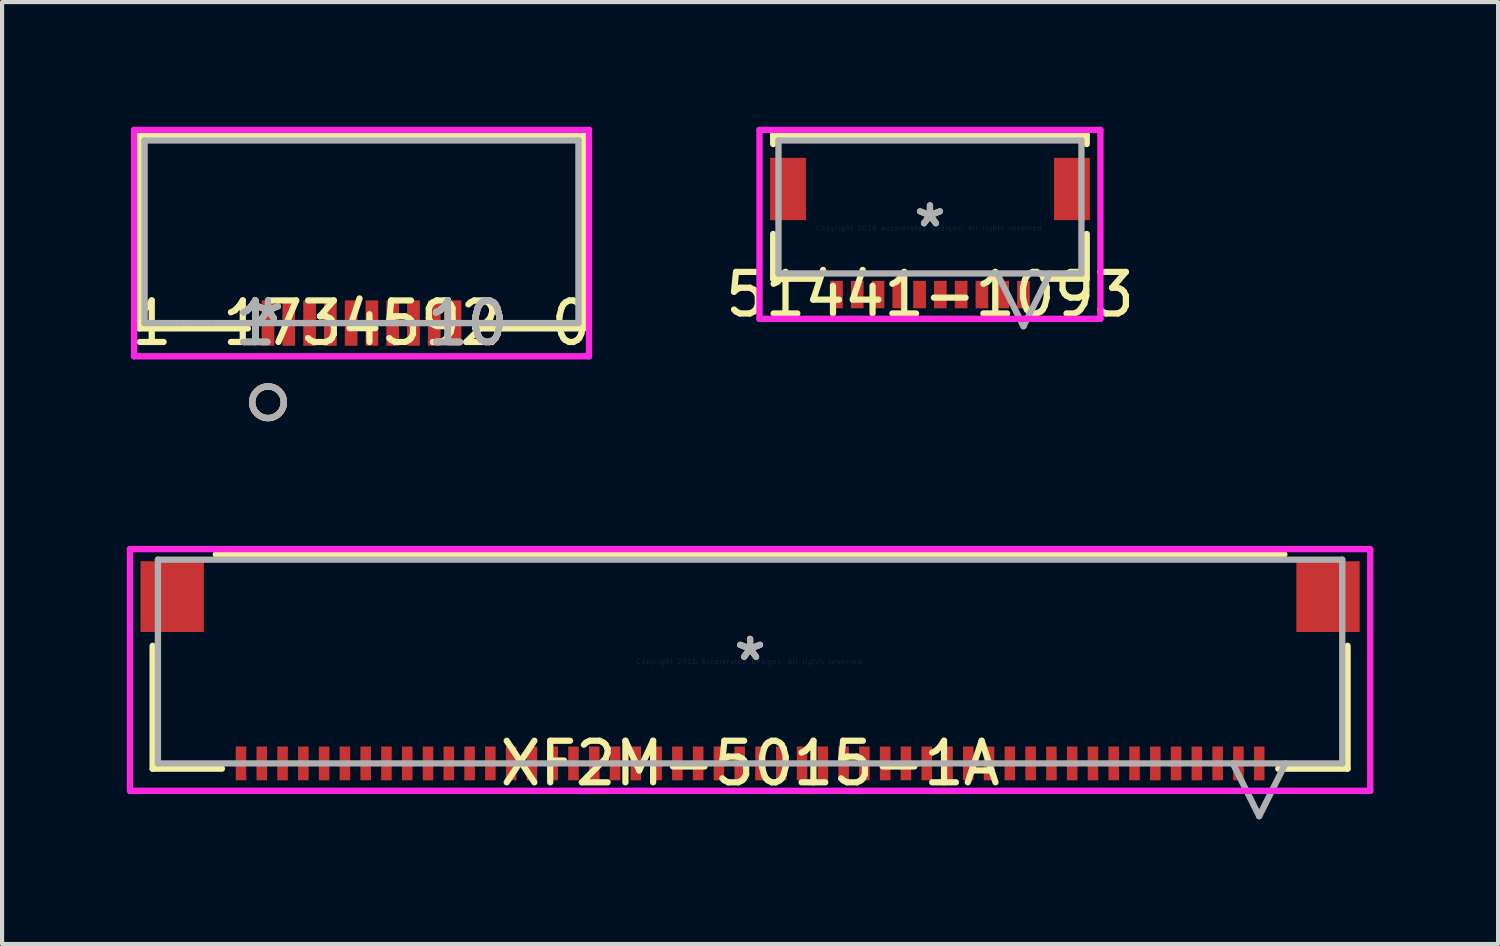
<source format=kicad_pcb>
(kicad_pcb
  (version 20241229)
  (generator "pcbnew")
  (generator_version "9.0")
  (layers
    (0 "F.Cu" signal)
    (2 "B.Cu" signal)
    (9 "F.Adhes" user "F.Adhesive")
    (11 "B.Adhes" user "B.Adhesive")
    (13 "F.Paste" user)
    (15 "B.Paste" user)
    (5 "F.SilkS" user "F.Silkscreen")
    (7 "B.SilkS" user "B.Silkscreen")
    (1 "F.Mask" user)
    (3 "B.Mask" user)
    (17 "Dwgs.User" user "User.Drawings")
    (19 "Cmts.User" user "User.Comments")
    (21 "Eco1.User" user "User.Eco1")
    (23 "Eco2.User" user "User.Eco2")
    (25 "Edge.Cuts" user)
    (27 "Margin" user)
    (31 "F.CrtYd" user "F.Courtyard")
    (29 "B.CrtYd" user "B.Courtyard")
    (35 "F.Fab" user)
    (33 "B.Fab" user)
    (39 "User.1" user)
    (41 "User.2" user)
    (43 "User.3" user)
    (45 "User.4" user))
  (footprint "51441-1093"
    (layer "F.Cu")
    (at 19.327 2.438)
    (property "Reference" "51441-1093" (at 0 1.6 0) (layer "F.SilkS") (effects (font (size 1 1) (thickness 0.15))))
    (attr through_hole)
    (fp_line (start -3.772 -2.235) (end -3.772 -2.022) (stroke (width 0.152) (type solid)) (layer "F.SilkS"))
    (fp_line (start -3.772 0.142) (end -3.772 1.219) (stroke (width 0.152) (type solid)) (layer "F.SilkS"))
    (fp_line (start -3.772 1.219) (end -2.731 1.219) (stroke (width 0.152) (type solid)) (layer "F.SilkS"))
    (fp_line (start 2.731 1.219) (end 3.772 1.219) (stroke (width 0.152) (type solid)) (layer "F.SilkS"))
    (fp_line (start 3.772 -2.235) (end -3.772 -2.235) (stroke (width 0.152) (type solid)) (layer "F.SilkS"))
    (fp_line (start 3.772 -2.022) (end 3.772 -2.235) (stroke (width 0.152) (type solid)) (layer "F.SilkS"))
    (fp_line (start 3.772 1.219) (end 3.772 0.142) (stroke (width 0.152) (type solid)) (layer "F.SilkS"))
    (fp_line (start -4.102 -2.362) (end -4.102 2.184) (stroke (width 0.152) (type solid)) (layer "F.CrtYd"))
    (fp_line (start -4.102 2.184) (end 4.102 2.184) (stroke (width 0.152) (type solid)) (layer "F.CrtYd"))
    (fp_line (start 4.102 -2.362) (end -4.102 -2.362) (stroke (width 0.152) (type solid)) (layer "F.CrtYd"))
    (fp_line (start 4.102 2.184) (end 4.102 -2.362) (stroke (width 0.152) (type solid)) (layer "F.CrtYd"))
    (fp_line (start -3.645 -2.108) (end -3.645 1.092) (stroke (width 0.152) (type solid)) (layer "F.Fab"))
    (fp_line (start -3.645 1.092) (end 3.645 1.092) (stroke (width 0.152) (type solid)) (layer "F.Fab"))
    (fp_line (start 1.615 1.092) (end 2.25 2.362) (stroke (width 0.152) (type solid)) (layer "F.Fab"))
    (fp_line (start 2.885 1.092) (end 2.25 2.362) (stroke (width 0.152) (type solid)) (layer "F.Fab"))
    (fp_line (start 3.645 -2.108) (end -3.645 -2.108) (stroke (width 0.152) (type solid)) (layer "F.Fab"))
    (fp_line (start 3.645 1.092) (end 3.645 -2.108) (stroke (width 0.152) (type solid)) (layer "F.Fab"))
    (fp_text user "*" (at 0 0 0) (layer "F.SilkS") (effects (font (size 1 1) (thickness 0.15))))
    (fp_text user "Copyright 2016 Accelerated Designs. All rights reserved." (at 0 0 0) (layer "Cmts.User") (effects (font (size 0.127 0.127) (thickness 0.002))))
    (fp_text user "*" (at 0 0 0) (layer "F.Fab") (effects (font (size 1 1) (thickness 0.15))))
    (pad "1" smd rect (at 2.25 1.6) (size 0.305 0.66) (layers "F.Cu" "F.Mask" "F.Paste"))
    (pad "2" smd rect (at 1.75 1.6) (size 0.305 0.66) (layers "F.Cu" "F.Mask" "F.Paste"))
    (pad "3" smd rect (at 1.25 1.6) (size 0.305 0.66) (layers "F.Cu" "F.Mask" "F.Paste"))
    (pad "4" smd rect (at 0.75 1.6) (size 0.305 0.66) (layers "F.Cu" "F.Mask" "F.Paste"))
    (pad "5" smd rect (at 0.25 1.6) (size 0.305 0.66) (layers "F.Cu" "F.Mask" "F.Paste"))
    (pad "6" smd rect (at -0.25 1.6) (size 0.305 0.66) (layers "F.Cu" "F.Mask" "F.Paste"))
    (pad "7" smd rect (at -0.75 1.6) (size 0.305 0.66) (layers "F.Cu" "F.Mask" "F.Paste"))
    (pad "8" smd rect (at -1.25 1.6) (size 0.305 0.66) (layers "F.Cu" "F.Mask" "F.Paste"))
    (pad "9" smd rect (at -1.75 1.6) (size 0.305 0.66) (layers "F.Cu" "F.Mask" "F.Paste"))
    (pad "10" smd rect (at -2.25 1.6) (size 0.305 0.66) (layers "F.Cu" "F.Mask" "F.Paste"))
    (pad "11" smd rect (at -3.416 -0.94) (size 0.864 1.499) (layers "F.Cu" "F.Mask" "F.Paste"))
    (pad "12" smd rect (at 3.416 -0.94) (size 0.864 1.499) (layers "F.Cu" "F.Mask" "F.Paste")))
  (footprint "XF2M-5015-1A"
    (layer "F.Cu")
    (at 14.999 12.868)
    (property "Reference" "XF2M-5015-1A" (at 0 2.451 0) (layer "F.SilkS") (effects (font (size 1 1) (thickness 0.15))))
    (attr through_hole)
    (fp_line (start -14.376 -0.378) (end -14.376 2.578) (stroke (width 0.152) (type solid)) (layer "F.SilkS"))
    (fp_line (start -14.376 2.578) (end -12.71 2.578) (stroke (width 0.152) (type solid)) (layer "F.SilkS"))
    (fp_line (start 12.71 2.578) (end 14.376 2.578) (stroke (width 0.152) (type solid)) (layer "F.SilkS"))
    (fp_line (start 12.856 -2.578) (end -12.856 -2.578) (stroke (width 0.152) (type solid)) (layer "F.SilkS"))
    (fp_line (start 14.376 2.578) (end 14.376 -0.378) (stroke (width 0.152) (type solid)) (layer "F.SilkS"))
    (fp_line (start -14.922 -2.705) (end -14.922 3.111) (stroke (width 0.152) (type solid)) (layer "F.CrtYd"))
    (fp_line (start -14.922 3.111) (end 14.922 3.111) (stroke (width 0.152) (type solid)) (layer "F.CrtYd"))
    (fp_line (start 14.922 -2.705) (end -14.922 -2.705) (stroke (width 0.152) (type solid)) (layer "F.CrtYd"))
    (fp_line (start 14.922 3.111) (end 14.922 -2.705) (stroke (width 0.152) (type solid)) (layer "F.CrtYd"))
    (fp_line (start -14.249 -2.451) (end -14.249 2.451) (stroke (width 0.152) (type solid)) (layer "F.Fab"))
    (fp_line (start -14.249 2.451) (end 14.249 2.451) (stroke (width 0.152) (type solid)) (layer "F.Fab"))
    (fp_line (start 11.615 2.451) (end 12.25 3.721) (stroke (width 0.152) (type solid)) (layer "F.Fab"))
    (fp_line (start 12.885 2.451) (end 12.25 3.721) (stroke (width 0.152) (type solid)) (layer "F.Fab"))
    (fp_line (start 14.249 -2.451) (end -14.249 -2.451) (stroke (width 0.152) (type solid)) (layer "F.Fab"))
    (fp_line (start 14.249 2.451) (end 14.249 -2.451) (stroke (width 0.152) (type solid)) (layer "F.Fab"))
    (fp_text user "*" (at 0 0 0) (layer "F.SilkS") (effects (font (size 1 1) (thickness 0.15))))
    (fp_text user "Copyright 2016 Accelerated Designs. All rights reserved." (at 0 0 0) (layer "Cmts.User") (effects (font (size 0.127 0.127) (thickness 0.002))))
    (fp_text user "*" (at 0 0 0) (layer "F.Fab") (effects (font (size 1 1) (thickness 0.15))))
    (pad "1" smd rect (at 12.25 2.451) (size 0.254 0.813) (layers "F.Cu" "F.Mask" "F.Paste"))
    (pad "2" smd rect (at 11.75 2.451) (size 0.254 0.813) (layers "F.Cu" "F.Mask" "F.Paste"))
    (pad "3" smd rect (at 11.25 2.451) (size 0.254 0.813) (layers "F.Cu" "F.Mask" "F.Paste"))
    (pad "4" smd rect (at 10.75 2.451) (size 0.254 0.813) (layers "F.Cu" "F.Mask" "F.Paste"))
    (pad "5" smd rect (at 10.25 2.451) (size 0.254 0.813) (layers "F.Cu" "F.Mask" "F.Paste"))
    (pad "6" smd rect (at 9.75 2.451) (size 0.254 0.813) (layers "F.Cu" "F.Mask" "F.Paste"))
    (pad "7" smd rect (at 9.25 2.451) (size 0.254 0.813) (layers "F.Cu" "F.Mask" "F.Paste"))
    (pad "8" smd rect (at 8.75 2.451) (size 0.254 0.813) (layers "F.Cu" "F.Mask" "F.Paste"))
    (pad "9" smd rect (at 8.25 2.451) (size 0.254 0.813) (layers "F.Cu" "F.Mask" "F.Paste"))
    (pad "10" smd rect (at 7.75 2.451) (size 0.254 0.813) (layers "F.Cu" "F.Mask" "F.Paste"))
    (pad "11" smd rect (at 7.25 2.451) (size 0.254 0.813) (layers "F.Cu" "F.Mask" "F.Paste"))
    (pad "12" smd rect (at 6.75 2.451) (size 0.254 0.813) (layers "F.Cu" "F.Mask" "F.Paste"))
    (pad "13" smd rect (at 6.25 2.451) (size 0.254 0.813) (layers "F.Cu" "F.Mask" "F.Paste"))
    (pad "14" smd rect (at 5.75 2.451) (size 0.254 0.813) (layers "F.Cu" "F.Mask" "F.Paste"))
    (pad "15" smd rect (at 5.25 2.451) (size 0.254 0.813) (layers "F.Cu" "F.Mask" "F.Paste"))
    (pad "16" smd rect (at 4.75 2.451) (size 0.254 0.813) (layers "F.Cu" "F.Mask" "F.Paste"))
    (pad "17" smd rect (at 4.25 2.451) (size 0.254 0.813) (layers "F.Cu" "F.Mask" "F.Paste"))
    (pad "18" smd rect (at 3.75 2.451) (size 0.254 0.813) (layers "F.Cu" "F.Mask" "F.Paste"))
    (pad "19" smd rect (at 3.25 2.451) (size 0.254 0.813) (layers "F.Cu" "F.Mask" "F.Paste"))
    (pad "20" smd rect (at 2.75 2.451) (size 0.254 0.813) (layers "F.Cu" "F.Mask" "F.Paste"))
    (pad "21" smd rect (at 2.25 2.451) (size 0.254 0.813) (layers "F.Cu" "F.Mask" "F.Paste"))
    (pad "22" smd rect (at 1.75 2.451) (size 0.254 0.813) (layers "F.Cu" "F.Mask" "F.Paste"))
    (pad "23" smd rect (at 1.25 2.451) (size 0.254 0.813) (layers "F.Cu" "F.Mask" "F.Paste"))
    (pad "24" smd rect (at 0.75 2.451) (size 0.254 0.813) (layers "F.Cu" "F.Mask" "F.Paste"))
    (pad "25" smd rect (at 0.25 2.451) (size 0.254 0.813) (layers "F.Cu" "F.Mask" "F.Paste"))
    (pad "26" smd rect (at -0.25 2.451) (size 0.254 0.813) (layers "F.Cu" "F.Mask" "F.Paste"))
    (pad "27" smd rect (at -0.75 2.451) (size 0.254 0.813) (layers "F.Cu" "F.Mask" "F.Paste"))
    (pad "28" smd rect (at -1.25 2.451) (size 0.254 0.813) (layers "F.Cu" "F.Mask" "F.Paste"))
    (pad "29" smd rect (at -1.75 2.451) (size 0.254 0.813) (layers "F.Cu" "F.Mask" "F.Paste"))
    (pad "30" smd rect (at -2.25 2.451) (size 0.254 0.813) (layers "F.Cu" "F.Mask" "F.Paste"))
    (pad "31" smd rect (at -2.75 2.451) (size 0.254 0.813) (layers "F.Cu" "F.Mask" "F.Paste"))
    (pad "32" smd rect (at -3.25 2.451) (size 0.254 0.813) (layers "F.Cu" "F.Mask" "F.Paste"))
    (pad "33" smd rect (at -3.75 2.451) (size 0.254 0.813) (layers "F.Cu" "F.Mask" "F.Paste"))
    (pad "34" smd rect (at -4.25 2.451) (size 0.254 0.813) (layers "F.Cu" "F.Mask" "F.Paste"))
    (pad "35" smd rect (at -4.75 2.451) (size 0.254 0.813) (layers "F.Cu" "F.Mask" "F.Paste"))
    (pad "36" smd rect (at -5.25 2.451) (size 0.254 0.813) (layers "F.Cu" "F.Mask" "F.Paste"))
    (pad "37" smd rect (at -5.75 2.451) (size 0.254 0.813) (layers "F.Cu" "F.Mask" "F.Paste"))
    (pad "38" smd rect (at -6.25 2.451) (size 0.254 0.813) (layers "F.Cu" "F.Mask" "F.Paste"))
    (pad "39" smd rect (at -6.75 2.451) (size 0.254 0.813) (layers "F.Cu" "F.Mask" "F.Paste"))
    (pad "40" smd rect (at -7.25 2.451) (size 0.254 0.813) (layers "F.Cu" "F.Mask" "F.Paste"))
    (pad "41" smd rect (at -7.75 2.451) (size 0.254 0.813) (layers "F.Cu" "F.Mask" "F.Paste"))
    (pad "42" smd rect (at -8.25 2.451) (size 0.254 0.813) (layers "F.Cu" "F.Mask" "F.Paste"))
    (pad "43" smd rect (at -8.75 2.451) (size 0.254 0.813) (layers "F.Cu" "F.Mask" "F.Paste"))
    (pad "44" smd rect (at -9.25 2.451) (size 0.254 0.813) (layers "F.Cu" "F.Mask" "F.Paste"))
    (pad "45" smd rect (at -9.75 2.451) (size 0.254 0.813) (layers "F.Cu" "F.Mask" "F.Paste"))
    (pad "46" smd rect (at -10.25 2.451) (size 0.254 0.813) (layers "F.Cu" "F.Mask" "F.Paste"))
    (pad "47" smd rect (at -10.75 2.451) (size 0.254 0.813) (layers "F.Cu" "F.Mask" "F.Paste"))
    (pad "48" smd rect (at -11.25 2.451) (size 0.254 0.813) (layers "F.Cu" "F.Mask" "F.Paste"))
    (pad "49" smd rect (at -11.75 2.451) (size 0.254 0.813) (layers "F.Cu" "F.Mask" "F.Paste"))
    (pad "50" smd rect (at -12.25 2.451) (size 0.254 0.813) (layers "F.Cu" "F.Mask" "F.Paste"))
    (pad "51" smd rect (at -13.906 -1.562) (size 1.524 1.702) (layers "F.Cu" "F.Mask" "F.Paste"))
    (pad "52" smd rect (at 13.906 -1.562) (size 1.524 1.702) (layers "F.Cu" "F.Mask" "F.Paste")))
  (footprint "1-1734592-0"
    (layer "F.Cu")
    (at 3.399 4.724)
    (property "Reference" "1-1734592-0" (at 2.25 0 0) (layer "F.SilkS") (effects (font (size 1 1) (thickness 0.15))))
    (attr through_hole)
    (fp_line (start -3.097 -4.521) (end -3.097 0.127) (stroke (width 0.152) (type solid)) (layer "F.SilkS"))
    (fp_line (start -3.097 0.127) (end -0.485 0.127) (stroke (width 0.152) (type solid)) (layer "F.SilkS"))
    (fp_line (start 4.985 0.127) (end 7.597 0.127) (stroke (width 0.152) (type solid)) (layer "F.SilkS"))
    (fp_line (start 7.597 -4.521) (end -3.097 -4.521) (stroke (width 0.152) (type solid)) (layer "F.SilkS"))
    (fp_line (start 7.597 0.127) (end 7.597 -4.521) (stroke (width 0.152) (type solid)) (layer "F.SilkS"))
    (fp_circle (center 0 1.905) (end 0.381 1.905) (stroke (width 0.152) (type solid)) (fill no) (layer "F.SilkS"))
    (fp_circle (center 0 1.905) (end 0.381 1.905) (stroke (width 0.152) (type solid)) (fill no) (layer "B.SilkS"))
    (fp_line (start -3.224 -4.648) (end -3.224 0.8) (stroke (width 0.152) (type solid)) (layer "F.CrtYd"))
    (fp_line (start -3.224 0.8) (end 7.724 0.8) (stroke (width 0.152) (type solid)) (layer "F.CrtYd"))
    (fp_line (start 7.724 -4.648) (end -3.224 -4.648) (stroke (width 0.152) (type solid)) (layer "F.CrtYd"))
    (fp_line (start 7.724 0.8) (end 7.724 -4.648) (stroke (width 0.152) (type solid)) (layer "F.CrtYd"))
    (fp_line (start -2.97 -4.394) (end -2.97 0) (stroke (width 0.152) (type solid)) (layer "F.Fab"))
    (fp_line (start -2.97 0) (end 7.47 0) (stroke (width 0.152) (type solid)) (layer "F.Fab"))
    (fp_line (start 7.47 -4.394) (end -2.97 -4.394) (stroke (width 0.152) (type solid)) (layer "F.Fab"))
    (fp_line (start 7.47 0) (end 7.47 -4.394) (stroke (width 0.152) (type solid)) (layer "F.Fab"))
    (fp_circle (center 0 1.905) (end 0.381 1.905) (stroke (width 0.152) (type solid)) (fill no) (layer "F.Fab"))
    (fp_text user "1" (at -0.305 0 0) (layer "F.SilkS") (effects (font (size 1 1) (thickness 0.15))))
    (fp_text user "10" (at 4.805 0 0) (layer "F.SilkS") (effects (font (size 1 1) (thickness 0.15))))
    (fp_text user "1" (at -0.305 0 0) (layer "F.SilkS") (effects (font (size 1 1) (thickness 0.15))))
    (fp_text user "*" (at 0 0 0) (layer "F.SilkS") (effects (font (size 1 1) (thickness 0.15))))
    (fp_text user "10" (at 4.805 0 0) (layer "F.SilkS") (effects (font (size 1 1) (thickness 0.15))))
    (fp_text user "1" (at -0.305 0 0) (layer "B.SilkS") (effects (font (size 1 1) (thickness 0.15))))
    (fp_text user "1" (at -0.305 0 0) (layer "B.SilkS") (effects (font (size 1 1) (thickness 0.15))))
    (fp_text user "10" (at 4.805 0 0) (layer "B.SilkS") (effects (font (size 1 1) (thickness 0.15))))
    (fp_text user "10" (at 4.805 0 0) (layer "B.SilkS") (effects (font (size 1 1) (thickness 0.15))))
    (fp_text user "Copyright 2016 Accelerated Designs. All rights reserved." (at 0 0 0) (layer "Cmts.User") (effects (font (size 0.127 0.127) (thickness 0.002))))
    (fp_text user "1" (at -0.305 0 0) (layer "F.Fab") (effects (font (size 1 1) (thickness 0.15))))
    (fp_text user "10" (at 4.805 0 0) (layer "F.Fab") (effects (font (size 1 1) (thickness 0.15))))
    (fp_text user "10" (at 4.805 0 0) (layer "F.Fab") (effects (font (size 1 1) (thickness 0.15))))
    (fp_text user "1" (at -0.305 0 0) (layer "F.Fab") (effects (font (size 1 1) (thickness 0.15))))
    (fp_text user "*" (at 0 0 0) (layer "F.Fab") (effects (font (size 1 1) (thickness 0.15))))
    (pad "1" smd rect (at -0.000001 0) (size 0.305 1.092) (layers "F.Cu" "F.Mask" "F.Paste"))
    (pad "2" smd rect (at 0.5 0) (size 0.305 1.092) (layers "F.Cu" "F.Mask" "F.Paste"))
    (pad "3" smd rect (at 1 0) (size 0.305 1.092) (layers "F.Cu" "F.Mask" "F.Paste"))
    (pad "4" smd rect (at 1.5 0) (size 0.305 1.092) (layers "F.Cu" "F.Mask" "F.Paste"))
    (pad "5" smd rect (at 2 0) (size 0.305 1.092) (layers "F.Cu" "F.Mask" "F.Paste"))
    (pad "6" smd rect (at 2.5 0) (size 0.305 1.092) (layers "F.Cu" "F.Mask" "F.Paste"))
    (pad "7" smd rect (at 3 0) (size 0.305 1.092) (layers "F.Cu" "F.Mask" "F.Paste"))
    (pad "8" smd rect (at 3.5 0) (size 0.305 1.092) (layers "F.Cu" "F.Mask" "F.Paste"))
    (pad "9" smd rect (at 4 0) (size 0.305 1.092) (layers "F.Cu" "F.Mask" "F.Paste"))
    (pad "10" smd rect (at 4.5 0) (size 0.305 1.092) (layers "F.Cu" "F.Mask" "F.Paste")))
  (gr_rect
    (start -3 -3)
    (end 32.997 19.665)
    (stroke (width 0.1) (type default))
    (fill no)
    (layer "Edge.Cuts")))
</source>
